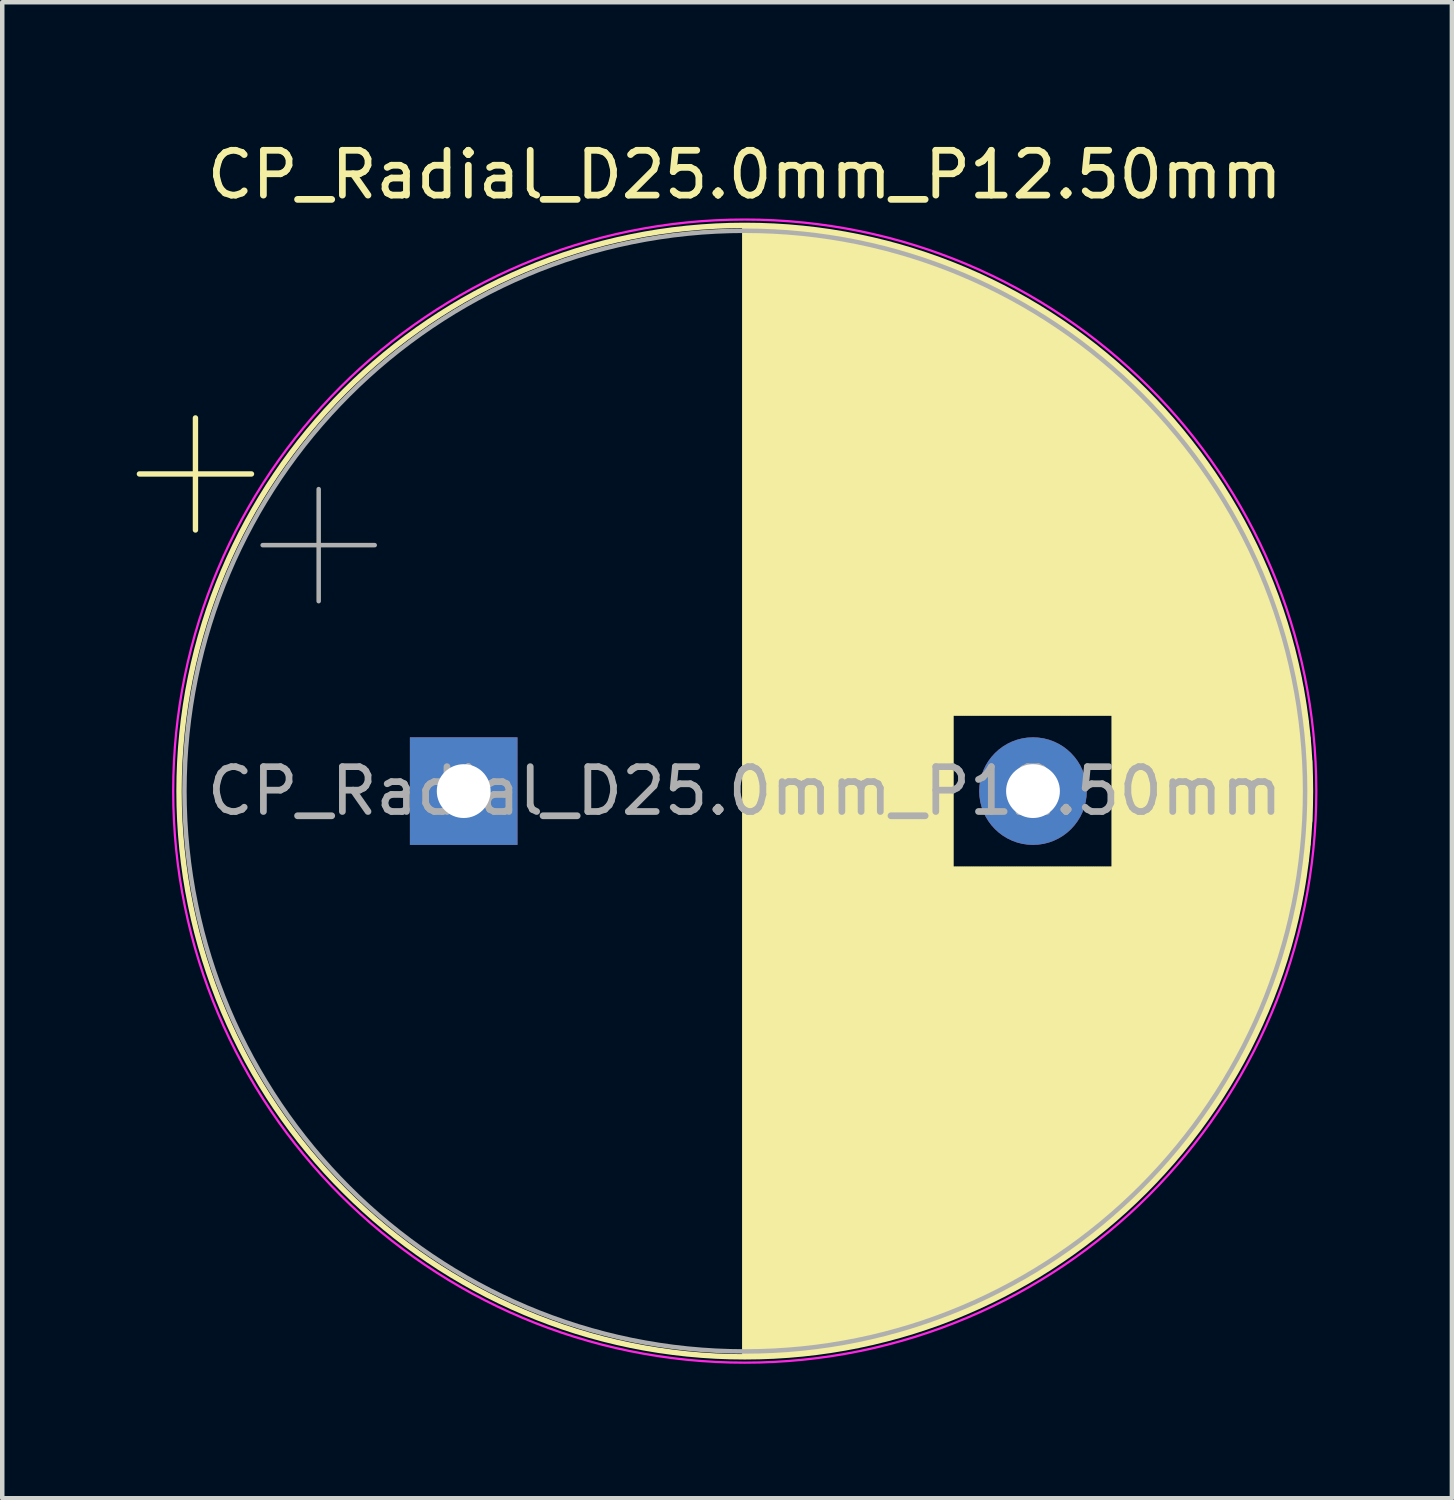
<source format=kicad_pcb>
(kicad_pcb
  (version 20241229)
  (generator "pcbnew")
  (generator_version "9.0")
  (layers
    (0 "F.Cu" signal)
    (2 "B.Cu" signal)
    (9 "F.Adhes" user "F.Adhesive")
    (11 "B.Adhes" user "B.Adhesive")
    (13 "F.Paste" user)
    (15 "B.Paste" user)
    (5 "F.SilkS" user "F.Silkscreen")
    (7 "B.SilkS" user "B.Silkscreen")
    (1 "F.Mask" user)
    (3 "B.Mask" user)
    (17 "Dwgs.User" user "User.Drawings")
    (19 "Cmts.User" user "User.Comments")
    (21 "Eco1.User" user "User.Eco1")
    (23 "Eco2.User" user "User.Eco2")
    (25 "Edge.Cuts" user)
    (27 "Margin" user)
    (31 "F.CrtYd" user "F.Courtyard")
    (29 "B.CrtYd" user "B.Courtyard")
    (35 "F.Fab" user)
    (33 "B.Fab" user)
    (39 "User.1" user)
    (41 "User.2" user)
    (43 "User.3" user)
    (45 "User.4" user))
  (footprint "CP_Radial_D25.0mm_P12.50mm"
    (layer "F.Cu")
    (at 8.564 14.598)
    (property "Reference" "CP_Radial_D25.0mm_P12.50mm" (at 5 -13.75 0) (layer "F.SilkS") (effects (font (size 1 1) (thickness 0.15))))
    (attr through_hole)
    (fp_line (start -8.504 -7.075) (end -6.004 -7.075) (stroke (width 0.12) (type solid)) (layer "F.SilkS"))
    (fp_line (start -7.254 -8.325) (end -7.254 -5.825) (stroke (width 0.12) (type solid)) (layer "F.SilkS"))
    (fp_line (start 5 -12.581) (end 5 12.581) (stroke (width 0.12) (type solid)) (layer "F.SilkS"))
    (fp_line (start 5.04 -12.58) (end 5.04 12.58) (stroke (width 0.12) (type solid)) (layer "F.SilkS"))
    (fp_line (start 5.08 -12.58) (end 5.08 12.58) (stroke (width 0.12) (type solid)) (layer "F.SilkS"))
    (fp_line (start 5.12 -12.58) (end 5.12 12.58) (stroke (width 0.12) (type solid)) (layer "F.SilkS"))
    (fp_line (start 5.16 -12.579) (end 5.16 12.579) (stroke (width 0.12) (type solid)) (layer "F.SilkS"))
    (fp_line (start 5.2 -12.579) (end 5.2 12.579) (stroke (width 0.12) (type solid)) (layer "F.SilkS"))
    (fp_line (start 5.24 -12.578) (end 5.24 12.578) (stroke (width 0.12) (type solid)) (layer "F.SilkS"))
    (fp_line (start 5.28 -12.577) (end 5.28 12.577) (stroke (width 0.12) (type solid)) (layer "F.SilkS"))
    (fp_line (start 5.32 -12.576) (end 5.32 12.576) (stroke (width 0.12) (type solid)) (layer "F.SilkS"))
    (fp_line (start 5.36 -12.575) (end 5.36 12.575) (stroke (width 0.12) (type solid)) (layer "F.SilkS"))
    (fp_line (start 5.4 -12.574) (end 5.4 12.574) (stroke (width 0.12) (type solid)) (layer "F.SilkS"))
    (fp_line (start 5.44 -12.573) (end 5.44 12.573) (stroke (width 0.12) (type solid)) (layer "F.SilkS"))
    (fp_line (start 5.48 -12.571) (end 5.48 12.571) (stroke (width 0.12) (type solid)) (layer "F.SilkS"))
    (fp_line (start 5.52 -12.57) (end 5.52 12.57) (stroke (width 0.12) (type solid)) (layer "F.SilkS"))
    (fp_line (start 5.56 -12.568) (end 5.56 12.568) (stroke (width 0.12) (type solid)) (layer "F.SilkS"))
    (fp_line (start 5.6 -12.566) (end 5.6 12.566) (stroke (width 0.12) (type solid)) (layer "F.SilkS"))
    (fp_line (start 5.64 -12.564) (end 5.64 12.564) (stroke (width 0.12) (type solid)) (layer "F.SilkS"))
    (fp_line (start 5.68 -12.562) (end 5.68 12.562) (stroke (width 0.12) (type solid)) (layer "F.SilkS"))
    (fp_line (start 5.721 -12.56) (end 5.721 12.56) (stroke (width 0.12) (type solid)) (layer "F.SilkS"))
    (fp_line (start 5.761 -12.558) (end 5.761 12.558) (stroke (width 0.12) (type solid)) (layer "F.SilkS"))
    (fp_line (start 5.801 -12.555) (end 5.801 12.555) (stroke (width 0.12) (type solid)) (layer "F.SilkS"))
    (fp_line (start 5.841 -12.553) (end 5.841 12.553) (stroke (width 0.12) (type solid)) (layer "F.SilkS"))
    (fp_line (start 5.881 -12.55) (end 5.881 12.55) (stroke (width 0.12) (type solid)) (layer "F.SilkS"))
    (fp_line (start 5.921 -12.547) (end 5.921 12.547) (stroke (width 0.12) (type solid)) (layer "F.SilkS"))
    (fp_line (start 5.961 -12.544) (end 5.961 12.544) (stroke (width 0.12) (type solid)) (layer "F.SilkS"))
    (fp_line (start 6.001 -12.541) (end 6.001 12.541) (stroke (width 0.12) (type solid)) (layer "F.SilkS"))
    (fp_line (start 6.041 -12.538) (end 6.041 12.538) (stroke (width 0.12) (type solid)) (layer "F.SilkS"))
    (fp_line (start 6.081 -12.534) (end 6.081 12.534) (stroke (width 0.12) (type solid)) (layer "F.SilkS"))
    (fp_line (start 6.121 -12.531) (end 6.121 12.531) (stroke (width 0.12) (type solid)) (layer "F.SilkS"))
    (fp_line (start 6.161 -12.527) (end 6.161 12.527) (stroke (width 0.12) (type solid)) (layer "F.SilkS"))
    (fp_line (start 6.201 -12.523) (end 6.201 12.523) (stroke (width 0.12) (type solid)) (layer "F.SilkS"))
    (fp_line (start 6.241 -12.519) (end 6.241 12.519) (stroke (width 0.12) (type solid)) (layer "F.SilkS"))
    (fp_line (start 6.281 -12.515) (end 6.281 12.515) (stroke (width 0.12) (type solid)) (layer "F.SilkS"))
    (fp_line (start 6.321 -12.511) (end 6.321 12.511) (stroke (width 0.12) (type solid)) (layer "F.SilkS"))
    (fp_line (start 6.361 -12.507) (end 6.361 12.507) (stroke (width 0.12) (type solid)) (layer "F.SilkS"))
    (fp_line (start 6.401 -12.503) (end 6.401 12.503) (stroke (width 0.12) (type solid)) (layer "F.SilkS"))
    (fp_line (start 6.441 -12.498) (end 6.441 12.498) (stroke (width 0.12) (type solid)) (layer "F.SilkS"))
    (fp_line (start 6.481 -12.493) (end 6.481 12.493) (stroke (width 0.12) (type solid)) (layer "F.SilkS"))
    (fp_line (start 6.521 -12.489) (end 6.521 12.489) (stroke (width 0.12) (type solid)) (layer "F.SilkS"))
    (fp_line (start 6.561 -12.484) (end 6.561 12.484) (stroke (width 0.12) (type solid)) (layer "F.SilkS"))
    (fp_line (start 6.601 -12.479) (end 6.601 12.479) (stroke (width 0.12) (type solid)) (layer "F.SilkS"))
    (fp_line (start 6.641 -12.473) (end 6.641 12.473) (stroke (width 0.12) (type solid)) (layer "F.SilkS"))
    (fp_line (start 6.681 -12.468) (end 6.681 12.468) (stroke (width 0.12) (type solid)) (layer "F.SilkS"))
    (fp_line (start 6.721 -12.463) (end 6.721 12.463) (stroke (width 0.12) (type solid)) (layer "F.SilkS"))
    (fp_line (start 6.761 -12.457) (end 6.761 12.457) (stroke (width 0.12) (type solid)) (layer "F.SilkS"))
    (fp_line (start 6.801 -12.451) (end 6.801 12.451) (stroke (width 0.12) (type solid)) (layer "F.SilkS"))
    (fp_line (start 6.841 -12.446) (end 6.841 12.446) (stroke (width 0.12) (type solid)) (layer "F.SilkS"))
    (fp_line (start 6.881 -12.44) (end 6.881 12.44) (stroke (width 0.12) (type solid)) (layer "F.SilkS"))
    (fp_line (start 6.921 -12.434) (end 6.921 12.434) (stroke (width 0.12) (type solid)) (layer "F.SilkS"))
    (fp_line (start 6.961 -12.427) (end 6.961 12.427) (stroke (width 0.12) (type solid)) (layer "F.SilkS"))
    (fp_line (start 7.001 -12.421) (end 7.001 12.421) (stroke (width 0.12) (type solid)) (layer "F.SilkS"))
    (fp_line (start 7.041 -12.415) (end 7.041 12.415) (stroke (width 0.12) (type solid)) (layer "F.SilkS"))
    (fp_line (start 7.081 -12.408) (end 7.081 12.408) (stroke (width 0.12) (type solid)) (layer "F.SilkS"))
    (fp_line (start 7.121 -12.401) (end 7.121 12.401) (stroke (width 0.12) (type solid)) (layer "F.SilkS"))
    (fp_line (start 7.161 -12.394) (end 7.161 12.394) (stroke (width 0.12) (type solid)) (layer "F.SilkS"))
    (fp_line (start 7.201 -12.387) (end 7.201 12.387) (stroke (width 0.12) (type solid)) (layer "F.SilkS"))
    (fp_line (start 7.241 -12.38) (end 7.241 12.38) (stroke (width 0.12) (type solid)) (layer "F.SilkS"))
    (fp_line (start 7.281 -12.373) (end 7.281 12.373) (stroke (width 0.12) (type solid)) (layer "F.SilkS"))
    (fp_line (start 7.321 -12.365) (end 7.321 12.365) (stroke (width 0.12) (type solid)) (layer "F.SilkS"))
    (fp_line (start 7.361 -12.358) (end 7.361 12.358) (stroke (width 0.12) (type solid)) (layer "F.SilkS"))
    (fp_line (start 7.401 -12.35) (end 7.401 12.35) (stroke (width 0.12) (type solid)) (layer "F.SilkS"))
    (fp_line (start 7.441 -12.342) (end 7.441 12.342) (stroke (width 0.12) (type solid)) (layer "F.SilkS"))
    (fp_line (start 7.481 -12.334) (end 7.481 12.334) (stroke (width 0.12) (type solid)) (layer "F.SilkS"))
    (fp_line (start 7.521 -12.326) (end 7.521 12.326) (stroke (width 0.12) (type solid)) (layer "F.SilkS"))
    (fp_line (start 7.561 -12.318) (end 7.561 12.318) (stroke (width 0.12) (type solid)) (layer "F.SilkS"))
    (fp_line (start 7.601 -12.31) (end 7.601 12.31) (stroke (width 0.12) (type solid)) (layer "F.SilkS"))
    (fp_line (start 7.641 -12.301) (end 7.641 12.301) (stroke (width 0.12) (type solid)) (layer "F.SilkS"))
    (fp_line (start 7.681 -12.293) (end 7.681 12.293) (stroke (width 0.12) (type solid)) (layer "F.SilkS"))
    (fp_line (start 7.721 -12.284) (end 7.721 12.284) (stroke (width 0.12) (type solid)) (layer "F.SilkS"))
    (fp_line (start 7.761 -12.275) (end 7.761 12.275) (stroke (width 0.12) (type solid)) (layer "F.SilkS"))
    (fp_line (start 7.801 -12.266) (end 7.801 12.266) (stroke (width 0.12) (type solid)) (layer "F.SilkS"))
    (fp_line (start 7.841 -12.257) (end 7.841 12.257) (stroke (width 0.12) (type solid)) (layer "F.SilkS"))
    (fp_line (start 7.881 -12.247) (end 7.881 12.247) (stroke (width 0.12) (type solid)) (layer "F.SilkS"))
    (fp_line (start 7.921 -12.238) (end 7.921 12.238) (stroke (width 0.12) (type solid)) (layer "F.SilkS"))
    (fp_line (start 7.961 -12.228) (end 7.961 12.228) (stroke (width 0.12) (type solid)) (layer "F.SilkS"))
    (fp_line (start 8.001 -12.219) (end 8.001 12.219) (stroke (width 0.12) (type solid)) (layer "F.SilkS"))
    (fp_line (start 8.041 -12.209) (end 8.041 12.209) (stroke (width 0.12) (type solid)) (layer "F.SilkS"))
    (fp_line (start 8.081 -12.199) (end 8.081 12.199) (stroke (width 0.12) (type solid)) (layer "F.SilkS"))
    (fp_line (start 8.121 -12.189) (end 8.121 12.189) (stroke (width 0.12) (type solid)) (layer "F.SilkS"))
    (fp_line (start 8.161 -12.178) (end 8.161 12.178) (stroke (width 0.12) (type solid)) (layer "F.SilkS"))
    (fp_line (start 8.201 -12.168) (end 8.201 12.168) (stroke (width 0.12) (type solid)) (layer "F.SilkS"))
    (fp_line (start 8.241 -12.157) (end 8.241 12.157) (stroke (width 0.12) (type solid)) (layer "F.SilkS"))
    (fp_line (start 8.281 -12.147) (end 8.281 12.147) (stroke (width 0.12) (type solid)) (layer "F.SilkS"))
    (fp_line (start 8.321 -12.136) (end 8.321 12.136) (stroke (width 0.12) (type solid)) (layer "F.SilkS"))
    (fp_line (start 8.361 -12.125) (end 8.361 12.125) (stroke (width 0.12) (type solid)) (layer "F.SilkS"))
    (fp_line (start 8.401 -12.114) (end 8.401 12.114) (stroke (width 0.12) (type solid)) (layer "F.SilkS"))
    (fp_line (start 8.441 -12.103) (end 8.441 12.103) (stroke (width 0.12) (type solid)) (layer "F.SilkS"))
    (fp_line (start 8.481 -12.091) (end 8.481 12.091) (stroke (width 0.12) (type solid)) (layer "F.SilkS"))
    (fp_line (start 8.521 -12.08) (end 8.521 12.08) (stroke (width 0.12) (type solid)) (layer "F.SilkS"))
    (fp_line (start 8.561 -12.068) (end 8.561 12.068) (stroke (width 0.12) (type solid)) (layer "F.SilkS"))
    (fp_line (start 8.601 -12.056) (end 8.601 12.056) (stroke (width 0.12) (type solid)) (layer "F.SilkS"))
    (fp_line (start 8.641 -12.044) (end 8.641 12.044) (stroke (width 0.12) (type solid)) (layer "F.SilkS"))
    (fp_line (start 8.681 -12.032) (end 8.681 12.032) (stroke (width 0.12) (type solid)) (layer "F.SilkS"))
    (fp_line (start 8.721 -12.02) (end 8.721 12.02) (stroke (width 0.12) (type solid)) (layer "F.SilkS"))
    (fp_line (start 8.761 -12.007) (end 8.761 12.007) (stroke (width 0.12) (type solid)) (layer "F.SilkS"))
    (fp_line (start 8.801 -11.995) (end 8.801 11.995) (stroke (width 0.12) (type solid)) (layer "F.SilkS"))
    (fp_line (start 8.841 -11.982) (end 8.841 11.982) (stroke (width 0.12) (type solid)) (layer "F.SilkS"))
    (fp_line (start 8.881 -11.969) (end 8.881 11.969) (stroke (width 0.12) (type solid)) (layer "F.SilkS"))
    (fp_line (start 8.921 -11.956) (end 8.921 11.956) (stroke (width 0.12) (type solid)) (layer "F.SilkS"))
    (fp_line (start 8.961 -11.943) (end 8.961 11.943) (stroke (width 0.12) (type solid)) (layer "F.SilkS"))
    (fp_line (start 9.001 -11.93) (end 9.001 11.93) (stroke (width 0.12) (type solid)) (layer "F.SilkS"))
    (fp_line (start 9.041 -11.916) (end 9.041 11.916) (stroke (width 0.12) (type solid)) (layer "F.SilkS"))
    (fp_line (start 9.081 -11.903) (end 9.081 11.903) (stroke (width 0.12) (type solid)) (layer "F.SilkS"))
    (fp_line (start 9.121 -11.889) (end 9.121 11.889) (stroke (width 0.12) (type solid)) (layer "F.SilkS"))
    (fp_line (start 9.161 -11.875) (end 9.161 11.875) (stroke (width 0.12) (type solid)) (layer "F.SilkS"))
    (fp_line (start 9.201 -11.861) (end 9.201 11.861) (stroke (width 0.12) (type solid)) (layer "F.SilkS"))
    (fp_line (start 9.241 -11.847) (end 9.241 11.847) (stroke (width 0.12) (type solid)) (layer "F.SilkS"))
    (fp_line (start 9.281 -11.833) (end 9.281 11.833) (stroke (width 0.12) (type solid)) (layer "F.SilkS"))
    (fp_line (start 9.321 -11.818) (end 9.321 11.818) (stroke (width 0.12) (type solid)) (layer "F.SilkS"))
    (fp_line (start 9.361 -11.803) (end 9.361 11.803) (stroke (width 0.12) (type solid)) (layer "F.SilkS"))
    (fp_line (start 9.401 -11.789) (end 9.401 11.789) (stroke (width 0.12) (type solid)) (layer "F.SilkS"))
    (fp_line (start 9.441 -11.774) (end 9.441 11.774) (stroke (width 0.12) (type solid)) (layer "F.SilkS"))
    (fp_line (start 9.481 -11.759) (end 9.481 11.759) (stroke (width 0.12) (type solid)) (layer "F.SilkS"))
    (fp_line (start 9.521 -11.743) (end 9.521 11.743) (stroke (width 0.12) (type solid)) (layer "F.SilkS"))
    (fp_line (start 9.561 -11.728) (end 9.561 11.728) (stroke (width 0.12) (type solid)) (layer "F.SilkS"))
    (fp_line (start 9.601 -11.712) (end 9.601 11.712) (stroke (width 0.12) (type solid)) (layer "F.SilkS"))
    (fp_line (start 9.641 -11.697) (end 9.641 -1.74) (stroke (width 0.12) (type solid)) (layer "F.SilkS"))
    (fp_line (start 9.641 1.74) (end 9.641 11.697) (stroke (width 0.12) (type solid)) (layer "F.SilkS"))
    (fp_line (start 9.681 -11.681) (end 9.681 -1.74) (stroke (width 0.12) (type solid)) (layer "F.SilkS"))
    (fp_line (start 9.681 1.74) (end 9.681 11.681) (stroke (width 0.12) (type solid)) (layer "F.SilkS"))
    (fp_line (start 9.721 -11.665) (end 9.721 -1.74) (stroke (width 0.12) (type solid)) (layer "F.SilkS"))
    (fp_line (start 9.721 1.74) (end 9.721 11.665) (stroke (width 0.12) (type solid)) (layer "F.SilkS"))
    (fp_line (start 9.761 -11.648) (end 9.761 -1.74) (stroke (width 0.12) (type solid)) (layer "F.SilkS"))
    (fp_line (start 9.761 1.74) (end 9.761 11.648) (stroke (width 0.12) (type solid)) (layer "F.SilkS"))
    (fp_line (start 9.801 -11.632) (end 9.801 -1.74) (stroke (width 0.12) (type solid)) (layer "F.SilkS"))
    (fp_line (start 9.801 1.74) (end 9.801 11.632) (stroke (width 0.12) (type solid)) (layer "F.SilkS"))
    (fp_line (start 9.841 -11.615) (end 9.841 -1.74) (stroke (width 0.12) (type solid)) (layer "F.SilkS"))
    (fp_line (start 9.841 1.74) (end 9.841 11.615) (stroke (width 0.12) (type solid)) (layer "F.SilkS"))
    (fp_line (start 9.881 -11.599) (end 9.881 -1.74) (stroke (width 0.12) (type solid)) (layer "F.SilkS"))
    (fp_line (start 9.881 1.74) (end 9.881 11.599) (stroke (width 0.12) (type solid)) (layer "F.SilkS"))
    (fp_line (start 9.921 -11.582) (end 9.921 -1.74) (stroke (width 0.12) (type solid)) (layer "F.SilkS"))
    (fp_line (start 9.921 1.74) (end 9.921 11.582) (stroke (width 0.12) (type solid)) (layer "F.SilkS"))
    (fp_line (start 9.961 -11.565) (end 9.961 -1.74) (stroke (width 0.12) (type solid)) (layer "F.SilkS"))
    (fp_line (start 9.961 1.74) (end 9.961 11.565) (stroke (width 0.12) (type solid)) (layer "F.SilkS"))
    (fp_line (start 10.001 -11.548) (end 10.001 -1.74) (stroke (width 0.12) (type solid)) (layer "F.SilkS"))
    (fp_line (start 10.001 1.74) (end 10.001 11.548) (stroke (width 0.12) (type solid)) (layer "F.SilkS"))
    (fp_line (start 10.041 -11.53) (end 10.041 -1.74) (stroke (width 0.12) (type solid)) (layer "F.SilkS"))
    (fp_line (start 10.041 1.74) (end 10.041 11.53) (stroke (width 0.12) (type solid)) (layer "F.SilkS"))
    (fp_line (start 10.081 -11.513) (end 10.081 -1.74) (stroke (width 0.12) (type solid)) (layer "F.SilkS"))
    (fp_line (start 10.081 1.74) (end 10.081 11.513) (stroke (width 0.12) (type solid)) (layer "F.SilkS"))
    (fp_line (start 10.121 -11.495) (end 10.121 -1.74) (stroke (width 0.12) (type solid)) (layer "F.SilkS"))
    (fp_line (start 10.121 1.74) (end 10.121 11.495) (stroke (width 0.12) (type solid)) (layer "F.SilkS"))
    (fp_line (start 10.161 -11.477) (end 10.161 -1.74) (stroke (width 0.12) (type solid)) (layer "F.SilkS"))
    (fp_line (start 10.161 1.74) (end 10.161 11.477) (stroke (width 0.12) (type solid)) (layer "F.SilkS"))
    (fp_line (start 10.201 -11.459) (end 10.201 -1.74) (stroke (width 0.12) (type solid)) (layer "F.SilkS"))
    (fp_line (start 10.201 1.74) (end 10.201 11.459) (stroke (width 0.12) (type solid)) (layer "F.SilkS"))
    (fp_line (start 10.241 -11.441) (end 10.241 -1.74) (stroke (width 0.12) (type solid)) (layer "F.SilkS"))
    (fp_line (start 10.241 1.74) (end 10.241 11.441) (stroke (width 0.12) (type solid)) (layer "F.SilkS"))
    (fp_line (start 10.281 -11.423) (end 10.281 -1.74) (stroke (width 0.12) (type solid)) (layer "F.SilkS"))
    (fp_line (start 10.281 1.74) (end 10.281 11.423) (stroke (width 0.12) (type solid)) (layer "F.SilkS"))
    (fp_line (start 10.321 -11.404) (end 10.321 -1.74) (stroke (width 0.12) (type solid)) (layer "F.SilkS"))
    (fp_line (start 10.321 1.74) (end 10.321 11.404) (stroke (width 0.12) (type solid)) (layer "F.SilkS"))
    (fp_line (start 10.361 -11.386) (end 10.361 -1.74) (stroke (width 0.12) (type solid)) (layer "F.SilkS"))
    (fp_line (start 10.361 1.74) (end 10.361 11.386) (stroke (width 0.12) (type solid)) (layer "F.SilkS"))
    (fp_line (start 10.401 -11.367) (end 10.401 -1.74) (stroke (width 0.12) (type solid)) (layer "F.SilkS"))
    (fp_line (start 10.401 1.74) (end 10.401 11.367) (stroke (width 0.12) (type solid)) (layer "F.SilkS"))
    (fp_line (start 10.441 -11.348) (end 10.441 -1.74) (stroke (width 0.12) (type solid)) (layer "F.SilkS"))
    (fp_line (start 10.441 1.74) (end 10.441 11.348) (stroke (width 0.12) (type solid)) (layer "F.SilkS"))
    (fp_line (start 10.481 -11.329) (end 10.481 -1.74) (stroke (width 0.12) (type solid)) (layer "F.SilkS"))
    (fp_line (start 10.481 1.74) (end 10.481 11.329) (stroke (width 0.12) (type solid)) (layer "F.SilkS"))
    (fp_line (start 10.521 -11.309) (end 10.521 -1.74) (stroke (width 0.12) (type solid)) (layer "F.SilkS"))
    (fp_line (start 10.521 1.74) (end 10.521 11.309) (stroke (width 0.12) (type solid)) (layer "F.SilkS"))
    (fp_line (start 10.561 -11.29) (end 10.561 -1.74) (stroke (width 0.12) (type solid)) (layer "F.SilkS"))
    (fp_line (start 10.561 1.74) (end 10.561 11.29) (stroke (width 0.12) (type solid)) (layer "F.SilkS"))
    (fp_line (start 10.601 -11.27) (end 10.601 -1.74) (stroke (width 0.12) (type solid)) (layer "F.SilkS"))
    (fp_line (start 10.601 1.74) (end 10.601 11.27) (stroke (width 0.12) (type solid)) (layer "F.SilkS"))
    (fp_line (start 10.641 -11.25) (end 10.641 -1.74) (stroke (width 0.12) (type solid)) (layer "F.SilkS"))
    (fp_line (start 10.641 1.74) (end 10.641 11.25) (stroke (width 0.12) (type solid)) (layer "F.SilkS"))
    (fp_line (start 10.681 -11.23) (end 10.681 -1.74) (stroke (width 0.12) (type solid)) (layer "F.SilkS"))
    (fp_line (start 10.681 1.74) (end 10.681 11.23) (stroke (width 0.12) (type solid)) (layer "F.SilkS"))
    (fp_line (start 10.721 -11.21) (end 10.721 -1.74) (stroke (width 0.12) (type solid)) (layer "F.SilkS"))
    (fp_line (start 10.721 1.74) (end 10.721 11.21) (stroke (width 0.12) (type solid)) (layer "F.SilkS"))
    (fp_line (start 10.761 -11.189) (end 10.761 -1.74) (stroke (width 0.12) (type solid)) (layer "F.SilkS"))
    (fp_line (start 10.761 1.74) (end 10.761 11.189) (stroke (width 0.12) (type solid)) (layer "F.SilkS"))
    (fp_line (start 10.801 -11.169) (end 10.801 -1.74) (stroke (width 0.12) (type solid)) (layer "F.SilkS"))
    (fp_line (start 10.801 1.74) (end 10.801 11.169) (stroke (width 0.12) (type solid)) (layer "F.SilkS"))
    (fp_line (start 10.841 -11.148) (end 10.841 -1.74) (stroke (width 0.12) (type solid)) (layer "F.SilkS"))
    (fp_line (start 10.841 1.74) (end 10.841 11.148) (stroke (width 0.12) (type solid)) (layer "F.SilkS"))
    (fp_line (start 10.881 -11.127) (end 10.881 -1.74) (stroke (width 0.12) (type solid)) (layer "F.SilkS"))
    (fp_line (start 10.881 1.74) (end 10.881 11.127) (stroke (width 0.12) (type solid)) (layer "F.SilkS"))
    (fp_line (start 10.921 -11.106) (end 10.921 -1.74) (stroke (width 0.12) (type solid)) (layer "F.SilkS"))
    (fp_line (start 10.921 1.74) (end 10.921 11.106) (stroke (width 0.12) (type solid)) (layer "F.SilkS"))
    (fp_line (start 10.961 -11.084) (end 10.961 -1.74) (stroke (width 0.12) (type solid)) (layer "F.SilkS"))
    (fp_line (start 10.961 1.74) (end 10.961 11.084) (stroke (width 0.12) (type solid)) (layer "F.SilkS"))
    (fp_line (start 11.001 -11.063) (end 11.001 -1.74) (stroke (width 0.12) (type solid)) (layer "F.SilkS"))
    (fp_line (start 11.001 1.74) (end 11.001 11.063) (stroke (width 0.12) (type solid)) (layer "F.SilkS"))
    (fp_line (start 11.041 -11.041) (end 11.041 -1.74) (stroke (width 0.12) (type solid)) (layer "F.SilkS"))
    (fp_line (start 11.041 1.74) (end 11.041 11.041) (stroke (width 0.12) (type solid)) (layer "F.SilkS"))
    (fp_line (start 11.081 -11.019) (end 11.081 -1.74) (stroke (width 0.12) (type solid)) (layer "F.SilkS"))
    (fp_line (start 11.081 1.74) (end 11.081 11.019) (stroke (width 0.12) (type solid)) (layer "F.SilkS"))
    (fp_line (start 11.121 -10.997) (end 11.121 -1.74) (stroke (width 0.12) (type solid)) (layer "F.SilkS"))
    (fp_line (start 11.121 1.74) (end 11.121 10.997) (stroke (width 0.12) (type solid)) (layer "F.SilkS"))
    (fp_line (start 11.161 -10.975) (end 11.161 -1.74) (stroke (width 0.12) (type solid)) (layer "F.SilkS"))
    (fp_line (start 11.161 1.74) (end 11.161 10.975) (stroke (width 0.12) (type solid)) (layer "F.SilkS"))
    (fp_line (start 11.201 -10.953) (end 11.201 -1.74) (stroke (width 0.12) (type solid)) (layer "F.SilkS"))
    (fp_line (start 11.201 1.74) (end 11.201 10.953) (stroke (width 0.12) (type solid)) (layer "F.SilkS"))
    (fp_line (start 11.241 -10.93) (end 11.241 -1.74) (stroke (width 0.12) (type solid)) (layer "F.SilkS"))
    (fp_line (start 11.241 1.74) (end 11.241 10.93) (stroke (width 0.12) (type solid)) (layer "F.SilkS"))
    (fp_line (start 11.281 -10.907) (end 11.281 -1.74) (stroke (width 0.12) (type solid)) (layer "F.SilkS"))
    (fp_line (start 11.281 1.74) (end 11.281 10.907) (stroke (width 0.12) (type solid)) (layer "F.SilkS"))
    (fp_line (start 11.321 -10.884) (end 11.321 -1.74) (stroke (width 0.12) (type solid)) (layer "F.SilkS"))
    (fp_line (start 11.321 1.74) (end 11.321 10.884) (stroke (width 0.12) (type solid)) (layer "F.SilkS"))
    (fp_line (start 11.361 -10.861) (end 11.361 -1.74) (stroke (width 0.12) (type solid)) (layer "F.SilkS"))
    (fp_line (start 11.361 1.74) (end 11.361 10.861) (stroke (width 0.12) (type solid)) (layer "F.SilkS"))
    (fp_line (start 11.401 -10.837) (end 11.401 -1.74) (stroke (width 0.12) (type solid)) (layer "F.SilkS"))
    (fp_line (start 11.401 1.74) (end 11.401 10.837) (stroke (width 0.12) (type solid)) (layer "F.SilkS"))
    (fp_line (start 11.441 -10.814) (end 11.441 -1.74) (stroke (width 0.12) (type solid)) (layer "F.SilkS"))
    (fp_line (start 11.441 1.74) (end 11.441 10.814) (stroke (width 0.12) (type solid)) (layer "F.SilkS"))
    (fp_line (start 11.481 -10.79) (end 11.481 -1.74) (stroke (width 0.12) (type solid)) (layer "F.SilkS"))
    (fp_line (start 11.481 1.74) (end 11.481 10.79) (stroke (width 0.12) (type solid)) (layer "F.SilkS"))
    (fp_line (start 11.521 -10.766) (end 11.521 -1.74) (stroke (width 0.12) (type solid)) (layer "F.SilkS"))
    (fp_line (start 11.521 1.74) (end 11.521 10.766) (stroke (width 0.12) (type solid)) (layer "F.SilkS"))
    (fp_line (start 11.561 -10.742) (end 11.561 -1.74) (stroke (width 0.12) (type solid)) (layer "F.SilkS"))
    (fp_line (start 11.561 1.74) (end 11.561 10.742) (stroke (width 0.12) (type solid)) (layer "F.SilkS"))
    (fp_line (start 11.601 -10.717) (end 11.601 -1.74) (stroke (width 0.12) (type solid)) (layer "F.SilkS"))
    (fp_line (start 11.601 1.74) (end 11.601 10.717) (stroke (width 0.12) (type solid)) (layer "F.SilkS"))
    (fp_line (start 11.641 -10.692) (end 11.641 -1.74) (stroke (width 0.12) (type solid)) (layer "F.SilkS"))
    (fp_line (start 11.641 1.74) (end 11.641 10.692) (stroke (width 0.12) (type solid)) (layer "F.SilkS"))
    (fp_line (start 11.681 -10.668) (end 11.681 -1.74) (stroke (width 0.12) (type solid)) (layer "F.SilkS"))
    (fp_line (start 11.681 1.74) (end 11.681 10.668) (stroke (width 0.12) (type solid)) (layer "F.SilkS"))
    (fp_line (start 11.721 -10.643) (end 11.721 -1.74) (stroke (width 0.12) (type solid)) (layer "F.SilkS"))
    (fp_line (start 11.721 1.74) (end 11.721 10.643) (stroke (width 0.12) (type solid)) (layer "F.SilkS"))
    (fp_line (start 11.761 -10.617) (end 11.761 -1.74) (stroke (width 0.12) (type solid)) (layer "F.SilkS"))
    (fp_line (start 11.761 1.74) (end 11.761 10.617) (stroke (width 0.12) (type solid)) (layer "F.SilkS"))
    (fp_line (start 11.801 -10.592) (end 11.801 -1.74) (stroke (width 0.12) (type solid)) (layer "F.SilkS"))
    (fp_line (start 11.801 1.74) (end 11.801 10.592) (stroke (width 0.12) (type solid)) (layer "F.SilkS"))
    (fp_line (start 11.841 -10.566) (end 11.841 -1.74) (stroke (width 0.12) (type solid)) (layer "F.SilkS"))
    (fp_line (start 11.841 1.74) (end 11.841 10.566) (stroke (width 0.12) (type solid)) (layer "F.SilkS"))
    (fp_line (start 11.881 -10.54) (end 11.881 -1.74) (stroke (width 0.12) (type solid)) (layer "F.SilkS"))
    (fp_line (start 11.881 1.74) (end 11.881 10.54) (stroke (width 0.12) (type solid)) (layer "F.SilkS"))
    (fp_line (start 11.921 -10.514) (end 11.921 -1.74) (stroke (width 0.12) (type solid)) (layer "F.SilkS"))
    (fp_line (start 11.921 1.74) (end 11.921 10.514) (stroke (width 0.12) (type solid)) (layer "F.SilkS"))
    (fp_line (start 11.961 -10.488) (end 11.961 -1.74) (stroke (width 0.12) (type solid)) (layer "F.SilkS"))
    (fp_line (start 11.961 1.74) (end 11.961 10.488) (stroke (width 0.12) (type solid)) (layer "F.SilkS"))
    (fp_line (start 12.001 -10.461) (end 12.001 -1.74) (stroke (width 0.12) (type solid)) (layer "F.SilkS"))
    (fp_line (start 12.001 1.74) (end 12.001 10.461) (stroke (width 0.12) (type solid)) (layer "F.SilkS"))
    (fp_line (start 12.041 -10.434) (end 12.041 -1.74) (stroke (width 0.12) (type solid)) (layer "F.SilkS"))
    (fp_line (start 12.041 1.74) (end 12.041 10.434) (stroke (width 0.12) (type solid)) (layer "F.SilkS"))
    (fp_line (start 12.081 -10.407) (end 12.081 -1.74) (stroke (width 0.12) (type solid)) (layer "F.SilkS"))
    (fp_line (start 12.081 1.74) (end 12.081 10.407) (stroke (width 0.12) (type solid)) (layer "F.SilkS"))
    (fp_line (start 12.121 -10.38) (end 12.121 -1.74) (stroke (width 0.12) (type solid)) (layer "F.SilkS"))
    (fp_line (start 12.121 1.74) (end 12.121 10.38) (stroke (width 0.12) (type solid)) (layer "F.SilkS"))
    (fp_line (start 12.161 -10.353) (end 12.161 -1.74) (stroke (width 0.12) (type solid)) (layer "F.SilkS"))
    (fp_line (start 12.161 1.74) (end 12.161 10.353) (stroke (width 0.12) (type solid)) (layer "F.SilkS"))
    (fp_line (start 12.201 -10.325) (end 12.201 -1.74) (stroke (width 0.12) (type solid)) (layer "F.SilkS"))
    (fp_line (start 12.201 1.74) (end 12.201 10.325) (stroke (width 0.12) (type solid)) (layer "F.SilkS"))
    (fp_line (start 12.241 -10.297) (end 12.241 -1.74) (stroke (width 0.12) (type solid)) (layer "F.SilkS"))
    (fp_line (start 12.241 1.74) (end 12.241 10.297) (stroke (width 0.12) (type solid)) (layer "F.SilkS"))
    (fp_line (start 12.281 -10.269) (end 12.281 -1.74) (stroke (width 0.12) (type solid)) (layer "F.SilkS"))
    (fp_line (start 12.281 1.74) (end 12.281 10.269) (stroke (width 0.12) (type solid)) (layer "F.SilkS"))
    (fp_line (start 12.321 -10.241) (end 12.321 -1.74) (stroke (width 0.12) (type solid)) (layer "F.SilkS"))
    (fp_line (start 12.321 1.74) (end 12.321 10.241) (stroke (width 0.12) (type solid)) (layer "F.SilkS"))
    (fp_line (start 12.361 -10.212) (end 12.361 -1.74) (stroke (width 0.12) (type solid)) (layer "F.SilkS"))
    (fp_line (start 12.361 1.74) (end 12.361 10.212) (stroke (width 0.12) (type solid)) (layer "F.SilkS"))
    (fp_line (start 12.401 -10.183) (end 12.401 -1.74) (stroke (width 0.12) (type solid)) (layer "F.SilkS"))
    (fp_line (start 12.401 1.74) (end 12.401 10.183) (stroke (width 0.12) (type solid)) (layer "F.SilkS"))
    (fp_line (start 12.441 -10.154) (end 12.441 -1.74) (stroke (width 0.12) (type solid)) (layer "F.SilkS"))
    (fp_line (start 12.441 1.74) (end 12.441 10.154) (stroke (width 0.12) (type solid)) (layer "F.SilkS"))
    (fp_line (start 12.481 -10.125) (end 12.481 -1.74) (stroke (width 0.12) (type solid)) (layer "F.SilkS"))
    (fp_line (start 12.481 1.74) (end 12.481 10.125) (stroke (width 0.12) (type solid)) (layer "F.SilkS"))
    (fp_line (start 12.521 -10.095) (end 12.521 -1.74) (stroke (width 0.12) (type solid)) (layer "F.SilkS"))
    (fp_line (start 12.521 1.74) (end 12.521 10.095) (stroke (width 0.12) (type solid)) (layer "F.SilkS"))
    (fp_line (start 12.561 -10.065) (end 12.561 -1.74) (stroke (width 0.12) (type solid)) (layer "F.SilkS"))
    (fp_line (start 12.561 1.74) (end 12.561 10.065) (stroke (width 0.12) (type solid)) (layer "F.SilkS"))
    (fp_line (start 12.601 -10.035) (end 12.601 -1.74) (stroke (width 0.12) (type solid)) (layer "F.SilkS"))
    (fp_line (start 12.601 1.74) (end 12.601 10.035) (stroke (width 0.12) (type solid)) (layer "F.SilkS"))
    (fp_line (start 12.641 -10.005) (end 12.641 -1.74) (stroke (width 0.12) (type solid)) (layer "F.SilkS"))
    (fp_line (start 12.641 1.74) (end 12.641 10.005) (stroke (width 0.12) (type solid)) (layer "F.SilkS"))
    (fp_line (start 12.681 -9.975) (end 12.681 -1.74) (stroke (width 0.12) (type solid)) (layer "F.SilkS"))
    (fp_line (start 12.681 1.74) (end 12.681 9.975) (stroke (width 0.12) (type solid)) (layer "F.SilkS"))
    (fp_line (start 12.721 -9.944) (end 12.721 -1.74) (stroke (width 0.12) (type solid)) (layer "F.SilkS"))
    (fp_line (start 12.721 1.74) (end 12.721 9.944) (stroke (width 0.12) (type solid)) (layer "F.SilkS"))
    (fp_line (start 12.761 -9.913) (end 12.761 -1.74) (stroke (width 0.12) (type solid)) (layer "F.SilkS"))
    (fp_line (start 12.761 1.74) (end 12.761 9.913) (stroke (width 0.12) (type solid)) (layer "F.SilkS"))
    (fp_line (start 12.801 -9.881) (end 12.801 -1.74) (stroke (width 0.12) (type solid)) (layer "F.SilkS"))
    (fp_line (start 12.801 1.74) (end 12.801 9.881) (stroke (width 0.12) (type solid)) (layer "F.SilkS"))
    (fp_line (start 12.841 -9.85) (end 12.841 -1.74) (stroke (width 0.12) (type solid)) (layer "F.SilkS"))
    (fp_line (start 12.841 1.74) (end 12.841 9.85) (stroke (width 0.12) (type solid)) (layer "F.SilkS"))
    (fp_line (start 12.881 -9.818) (end 12.881 -1.74) (stroke (width 0.12) (type solid)) (layer "F.SilkS"))
    (fp_line (start 12.881 1.74) (end 12.881 9.818) (stroke (width 0.12) (type solid)) (layer "F.SilkS"))
    (fp_line (start 12.921 -9.786) (end 12.921 -1.74) (stroke (width 0.12) (type solid)) (layer "F.SilkS"))
    (fp_line (start 12.921 1.74) (end 12.921 9.786) (stroke (width 0.12) (type solid)) (layer "F.SilkS"))
    (fp_line (start 12.961 -9.753) (end 12.961 -1.74) (stroke (width 0.12) (type solid)) (layer "F.SilkS"))
    (fp_line (start 12.961 1.74) (end 12.961 9.753) (stroke (width 0.12) (type solid)) (layer "F.SilkS"))
    (fp_line (start 13.001 -9.721) (end 13.001 -1.74) (stroke (width 0.12) (type solid)) (layer "F.SilkS"))
    (fp_line (start 13.001 1.74) (end 13.001 9.721) (stroke (width 0.12) (type solid)) (layer "F.SilkS"))
    (fp_line (start 13.041 -9.688) (end 13.041 -1.74) (stroke (width 0.12) (type solid)) (layer "F.SilkS"))
    (fp_line (start 13.041 1.74) (end 13.041 9.688) (stroke (width 0.12) (type solid)) (layer "F.SilkS"))
    (fp_line (start 13.081 -9.655) (end 13.081 -1.74) (stroke (width 0.12) (type solid)) (layer "F.SilkS"))
    (fp_line (start 13.081 1.74) (end 13.081 9.655) (stroke (width 0.12) (type solid)) (layer "F.SilkS"))
    (fp_line (start 13.121 -9.621) (end 13.121 -1.74) (stroke (width 0.12) (type solid)) (layer "F.SilkS"))
    (fp_line (start 13.121 1.74) (end 13.121 9.621) (stroke (width 0.12) (type solid)) (layer "F.SilkS"))
    (fp_line (start 13.161 -9.587) (end 13.161 -1.74) (stroke (width 0.12) (type solid)) (layer "F.SilkS"))
    (fp_line (start 13.161 1.74) (end 13.161 9.587) (stroke (width 0.12) (type solid)) (layer "F.SilkS"))
    (fp_line (start 13.2 -9.553) (end 13.2 -1.74) (stroke (width 0.12) (type solid)) (layer "F.SilkS"))
    (fp_line (start 13.2 1.74) (end 13.2 9.553) (stroke (width 0.12) (type solid)) (layer "F.SilkS"))
    (fp_line (start 13.24 -9.519) (end 13.24 9.519) (stroke (width 0.12) (type solid)) (layer "F.SilkS"))
    (fp_line (start 13.28 -9.484) (end 13.28 9.484) (stroke (width 0.12) (type solid)) (layer "F.SilkS"))
    (fp_line (start 13.32 -9.45) (end 13.32 9.45) (stroke (width 0.12) (type solid)) (layer "F.SilkS"))
    (fp_line (start 13.36 -9.414) (end 13.36 9.414) (stroke (width 0.12) (type solid)) (layer "F.SilkS"))
    (fp_line (start 13.4 -9.379) (end 13.4 9.379) (stroke (width 0.12) (type solid)) (layer "F.SilkS"))
    (fp_line (start 13.44 -9.343) (end 13.44 9.343) (stroke (width 0.12) (type solid)) (layer "F.SilkS"))
    (fp_line (start 13.48 -9.307) (end 13.48 9.307) (stroke (width 0.12) (type solid)) (layer "F.SilkS"))
    (fp_line (start 13.52 -9.27) (end 13.52 9.27) (stroke (width 0.12) (type solid)) (layer "F.SilkS"))
    (fp_line (start 13.56 -9.234) (end 13.56 9.234) (stroke (width 0.12) (type solid)) (layer "F.SilkS"))
    (fp_line (start 13.6 -9.197) (end 13.6 9.197) (stroke (width 0.12) (type solid)) (layer "F.SilkS"))
    (fp_line (start 13.64 -9.159) (end 13.64 9.159) (stroke (width 0.12) (type solid)) (layer "F.SilkS"))
    (fp_line (start 13.68 -9.121) (end 13.68 9.121) (stroke (width 0.12) (type solid)) (layer "F.SilkS"))
    (fp_line (start 13.72 -9.083) (end 13.72 9.083) (stroke (width 0.12) (type solid)) (layer "F.SilkS"))
    (fp_line (start 13.76 -9.045) (end 13.76 9.045) (stroke (width 0.12) (type solid)) (layer "F.SilkS"))
    (fp_line (start 13.8 -9.006) (end 13.8 9.006) (stroke (width 0.12) (type solid)) (layer "F.SilkS"))
    (fp_line (start 13.84 -8.967) (end 13.84 8.967) (stroke (width 0.12) (type solid)) (layer "F.SilkS"))
    (fp_line (start 13.88 -8.928) (end 13.88 8.928) (stroke (width 0.12) (type solid)) (layer "F.SilkS"))
    (fp_line (start 13.92 -8.888) (end 13.92 8.888) (stroke (width 0.12) (type solid)) (layer "F.SilkS"))
    (fp_line (start 13.96 -8.848) (end 13.96 8.848) (stroke (width 0.12) (type solid)) (layer "F.SilkS"))
    (fp_line (start 14 -8.807) (end 14 8.807) (stroke (width 0.12) (type solid)) (layer "F.SilkS"))
    (fp_line (start 14.04 -8.766) (end 14.04 8.766) (stroke (width 0.12) (type solid)) (layer "F.SilkS"))
    (fp_line (start 14.08 -8.725) (end 14.08 8.725) (stroke (width 0.12) (type solid)) (layer "F.SilkS"))
    (fp_line (start 14.12 -8.683) (end 14.12 8.683) (stroke (width 0.12) (type solid)) (layer "F.SilkS"))
    (fp_line (start 14.16 -8.641) (end 14.16 8.641) (stroke (width 0.12) (type solid)) (layer "F.SilkS"))
    (fp_line (start 14.2 -8.599) (end 14.2 8.599) (stroke (width 0.12) (type solid)) (layer "F.SilkS"))
    (fp_line (start 14.24 -8.556) (end 14.24 8.556) (stroke (width 0.12) (type solid)) (layer "F.SilkS"))
    (fp_line (start 14.28 -8.513) (end 14.28 8.513) (stroke (width 0.12) (type solid)) (layer "F.SilkS"))
    (fp_line (start 14.32 -8.469) (end 14.32 8.469) (stroke (width 0.12) (type solid)) (layer "F.SilkS"))
    (fp_line (start 14.36 -8.425) (end 14.36 8.425) (stroke (width 0.12) (type solid)) (layer "F.SilkS"))
    (fp_line (start 14.4 -8.381) (end 14.4 8.381) (stroke (width 0.12) (type solid)) (layer "F.SilkS"))
    (fp_line (start 14.44 -8.336) (end 14.44 8.336) (stroke (width 0.12) (type solid)) (layer "F.SilkS"))
    (fp_line (start 14.48 -8.291) (end 14.48 8.291) (stroke (width 0.12) (type solid)) (layer "F.SilkS"))
    (fp_line (start 14.52 -8.245) (end 14.52 8.245) (stroke (width 0.12) (type solid)) (layer "F.SilkS"))
    (fp_line (start 14.56 -8.199) (end 14.56 8.199) (stroke (width 0.12) (type solid)) (layer "F.SilkS"))
    (fp_line (start 14.6 -8.152) (end 14.6 8.152) (stroke (width 0.12) (type solid)) (layer "F.SilkS"))
    (fp_line (start 14.64 -8.105) (end 14.64 8.105) (stroke (width 0.12) (type solid)) (layer "F.SilkS"))
    (fp_line (start 14.68 -8.058) (end 14.68 8.058) (stroke (width 0.12) (type solid)) (layer "F.SilkS"))
    (fp_line (start 14.72 -8.009) (end 14.72 8.009) (stroke (width 0.12) (type solid)) (layer "F.SilkS"))
    (fp_line (start 14.76 -7.961) (end 14.76 7.961) (stroke (width 0.12) (type solid)) (layer "F.SilkS"))
    (fp_line (start 14.8 -7.912) (end 14.8 7.912) (stroke (width 0.12) (type solid)) (layer "F.SilkS"))
    (fp_line (start 14.84 -7.862) (end 14.84 7.862) (stroke (width 0.12) (type solid)) (layer "F.SilkS"))
    (fp_line (start 14.88 -7.812) (end 14.88 7.812) (stroke (width 0.12) (type solid)) (layer "F.SilkS"))
    (fp_line (start 14.92 -7.762) (end 14.92 7.762) (stroke (width 0.12) (type solid)) (layer "F.SilkS"))
    (fp_line (start 14.96 -7.711) (end 14.96 7.711) (stroke (width 0.12) (type solid)) (layer "F.SilkS"))
    (fp_line (start 15 -7.659) (end 15 7.659) (stroke (width 0.12) (type solid)) (layer "F.SilkS"))
    (fp_line (start 15.04 -7.607) (end 15.04 7.607) (stroke (width 0.12) (type solid)) (layer "F.SilkS"))
    (fp_line (start 15.08 -7.554) (end 15.08 7.554) (stroke (width 0.12) (type solid)) (layer "F.SilkS"))
    (fp_line (start 15.12 -7.5) (end 15.12 7.5) (stroke (width 0.12) (type solid)) (layer "F.SilkS"))
    (fp_line (start 15.16 -7.446) (end 15.16 7.446) (stroke (width 0.12) (type solid)) (layer "F.SilkS"))
    (fp_line (start 15.2 -7.392) (end 15.2 7.392) (stroke (width 0.12) (type solid)) (layer "F.SilkS"))
    (fp_line (start 15.24 -7.337) (end 15.24 7.337) (stroke (width 0.12) (type solid)) (layer "F.SilkS"))
    (fp_line (start 15.28 -7.281) (end 15.28 7.281) (stroke (width 0.12) (type solid)) (layer "F.SilkS"))
    (fp_line (start 15.32 -7.224) (end 15.32 7.224) (stroke (width 0.12) (type solid)) (layer "F.SilkS"))
    (fp_line (start 15.36 -7.167) (end 15.36 7.167) (stroke (width 0.12) (type solid)) (layer "F.SilkS"))
    (fp_line (start 15.4 -7.109) (end 15.4 7.109) (stroke (width 0.12) (type solid)) (layer "F.SilkS"))
    (fp_line (start 15.44 -7.051) (end 15.44 7.051) (stroke (width 0.12) (type solid)) (layer "F.SilkS"))
    (fp_line (start 15.48 -6.991) (end 15.48 6.991) (stroke (width 0.12) (type solid)) (layer "F.SilkS"))
    (fp_line (start 15.52 -6.931) (end 15.52 6.931) (stroke (width 0.12) (type solid)) (layer "F.SilkS"))
    (fp_line (start 15.56 -6.871) (end 15.56 6.871) (stroke (width 0.12) (type solid)) (layer "F.SilkS"))
    (fp_line (start 15.6 -6.809) (end 15.6 6.809) (stroke (width 0.12) (type solid)) (layer "F.SilkS"))
    (fp_line (start 15.64 -6.747) (end 15.64 6.747) (stroke (width 0.12) (type solid)) (layer "F.SilkS"))
    (fp_line (start 15.68 -6.684) (end 15.68 6.684) (stroke (width 0.12) (type solid)) (layer "F.SilkS"))
    (fp_line (start 15.72 -6.62) (end 15.72 6.62) (stroke (width 0.12) (type solid)) (layer "F.SilkS"))
    (fp_line (start 15.76 -6.555) (end 15.76 6.555) (stroke (width 0.12) (type solid)) (layer "F.SilkS"))
    (fp_line (start 15.8 -6.489) (end 15.8 6.489) (stroke (width 0.12) (type solid)) (layer "F.SilkS"))
    (fp_line (start 15.84 -6.423) (end 15.84 6.423) (stroke (width 0.12) (type solid)) (layer "F.SilkS"))
    (fp_line (start 15.88 -6.355) (end 15.88 6.355) (stroke (width 0.12) (type solid)) (layer "F.SilkS"))
    (fp_line (start 15.92 -6.286) (end 15.92 6.286) (stroke (width 0.12) (type solid)) (layer "F.SilkS"))
    (fp_line (start 15.96 -6.217) (end 15.96 6.217) (stroke (width 0.12) (type solid)) (layer "F.SilkS"))
    (fp_line (start 16 -6.146) (end 16 6.146) (stroke (width 0.12) (type solid)) (layer "F.SilkS"))
    (fp_line (start 16.04 -6.075) (end 16.04 6.075) (stroke (width 0.12) (type solid)) (layer "F.SilkS"))
    (fp_line (start 16.08 -6.002) (end 16.08 6.002) (stroke (width 0.12) (type solid)) (layer "F.SilkS"))
    (fp_line (start 16.12 -5.928) (end 16.12 5.928) (stroke (width 0.12) (type solid)) (layer "F.SilkS"))
    (fp_line (start 16.16 -5.853) (end 16.16 5.853) (stroke (width 0.12) (type solid)) (layer "F.SilkS"))
    (fp_line (start 16.2 -5.776) (end 16.2 5.776) (stroke (width 0.12) (type solid)) (layer "F.SilkS"))
    (fp_line (start 16.24 -5.699) (end 16.24 5.699) (stroke (width 0.12) (type solid)) (layer "F.SilkS"))
    (fp_line (start 16.28 -5.62) (end 16.28 5.62) (stroke (width 0.12) (type solid)) (layer "F.SilkS"))
    (fp_line (start 16.32 -5.539) (end 16.32 5.539) (stroke (width 0.12) (type solid)) (layer "F.SilkS"))
    (fp_line (start 16.36 -5.457) (end 16.36 5.457) (stroke (width 0.12) (type solid)) (layer "F.SilkS"))
    (fp_line (start 16.4 -5.374) (end 16.4 5.374) (stroke (width 0.12) (type solid)) (layer "F.SilkS"))
    (fp_line (start 16.44 -5.289) (end 16.44 5.289) (stroke (width 0.12) (type solid)) (layer "F.SilkS"))
    (fp_line (start 16.48 -5.202) (end 16.48 5.202) (stroke (width 0.12) (type solid)) (layer "F.SilkS"))
    (fp_line (start 16.52 -5.114) (end 16.52 5.114) (stroke (width 0.12) (type solid)) (layer "F.SilkS"))
    (fp_line (start 16.56 -5.023) (end 16.56 5.023) (stroke (width 0.12) (type solid)) (layer "F.SilkS"))
    (fp_line (start 16.6 -4.931) (end 16.6 4.931) (stroke (width 0.12) (type solid)) (layer "F.SilkS"))
    (fp_line (start 16.64 -4.836) (end 16.64 4.836) (stroke (width 0.12) (type solid)) (layer "F.SilkS"))
    (fp_line (start 16.68 -4.74) (end 16.68 4.74) (stroke (width 0.12) (type solid)) (layer "F.SilkS"))
    (fp_line (start 16.72 -4.641) (end 16.72 4.641) (stroke (width 0.12) (type solid)) (layer "F.SilkS"))
    (fp_line (start 16.76 -4.539) (end 16.76 4.539) (stroke (width 0.12) (type solid)) (layer "F.SilkS"))
    (fp_line (start 16.8 -4.435) (end 16.8 4.435) (stroke (width 0.12) (type solid)) (layer "F.SilkS"))
    (fp_line (start 16.84 -4.328) (end 16.84 4.328) (stroke (width 0.12) (type solid)) (layer "F.SilkS"))
    (fp_line (start 16.88 -4.218) (end 16.88 4.218) (stroke (width 0.12) (type solid)) (layer "F.SilkS"))
    (fp_line (start 16.92 -4.105) (end 16.92 4.105) (stroke (width 0.12) (type solid)) (layer "F.SilkS"))
    (fp_line (start 16.96 -3.988) (end 16.96 3.988) (stroke (width 0.12) (type solid)) (layer "F.SilkS"))
    (fp_line (start 17 -3.867) (end 17 3.867) (stroke (width 0.12) (type solid)) (layer "F.SilkS"))
    (fp_line (start 17.04 -3.742) (end 17.04 3.742) (stroke (width 0.12) (type solid)) (layer "F.SilkS"))
    (fp_line (start 17.08 -3.613) (end 17.08 3.613) (stroke (width 0.12) (type solid)) (layer "F.SilkS"))
    (fp_line (start 17.12 -3.478) (end 17.12 3.478) (stroke (width 0.12) (type solid)) (layer "F.SilkS"))
    (fp_line (start 17.16 -3.337) (end 17.16 3.337) (stroke (width 0.12) (type solid)) (layer "F.SilkS"))
    (fp_line (start 17.2 -3.189) (end 17.2 3.189) (stroke (width 0.12) (type solid)) (layer "F.SilkS"))
    (fp_line (start 17.24 -3.034) (end 17.24 3.034) (stroke (width 0.12) (type solid)) (layer "F.SilkS"))
    (fp_line (start 17.28 -2.87) (end 17.28 2.87) (stroke (width 0.12) (type solid)) (layer "F.SilkS"))
    (fp_line (start 17.32 -2.696) (end 17.32 2.696) (stroke (width 0.12) (type solid)) (layer "F.SilkS"))
    (fp_line (start 17.36 -2.509) (end 17.36 2.509) (stroke (width 0.12) (type solid)) (layer "F.SilkS"))
    (fp_line (start 17.4 -2.307) (end 17.4 2.307) (stroke (width 0.12) (type solid)) (layer "F.SilkS"))
    (fp_line (start 17.44 -2.084) (end 17.44 2.084) (stroke (width 0.12) (type solid)) (layer "F.SilkS"))
    (fp_line (start 17.48 -1.835) (end 17.48 1.835) (stroke (width 0.12) (type solid)) (layer "F.SilkS"))
    (fp_line (start 17.52 -1.546) (end 17.52 1.546) (stroke (width 0.12) (type solid)) (layer "F.SilkS"))
    (fp_line (start 17.56 -1.19) (end 17.56 1.19) (stroke (width 0.12) (type solid)) (layer "F.SilkS"))
    (fp_line (start 17.6 -0.671) (end 17.6 0.671) (stroke (width 0.12) (type solid)) (layer "F.SilkS"))
    (fp_circle (center 5 0) (end 17.62 0) (stroke (width 0.12) (type solid)) (fill no) (layer "F.SilkS"))
    (fp_circle (center 5 0) (end 17.75 0) (stroke (width 0.05) (type solid)) (fill no) (layer "F.CrtYd"))
    (fp_line (start -5.755 -5.487) (end -3.255 -5.487) (stroke (width 0.1) (type solid)) (layer "F.Fab"))
    (fp_line (start -4.505 -6.737) (end -4.505 -4.237) (stroke (width 0.1) (type solid)) (layer "F.Fab"))
    (fp_circle (center 5 0) (end 17.5 0) (stroke (width 0.1) (type solid)) (fill no) (layer "F.Fab"))
    (fp_text user "${REFERENCE}" (at 5 0 0) (layer "F.Fab") (effects (font (size 1 1) (thickness 0.15))))
    (pad "1" thru_hole rect (at -1.27 0) (size 2.4 2.4) (drill 1.2) (layers "*.Cu" "*.Mask"))
    (pad "2" thru_hole circle (at 11.43 0) (size 2.4 2.4) (drill 1.2) (layers "*.Cu" "*.Mask")))
  (gr_rect
    (start -3 -3)
    (end 29.339 30.373)
    (stroke (width 0.1) (type default))
    (fill no)
    (layer "Edge.Cuts")))
</source>
